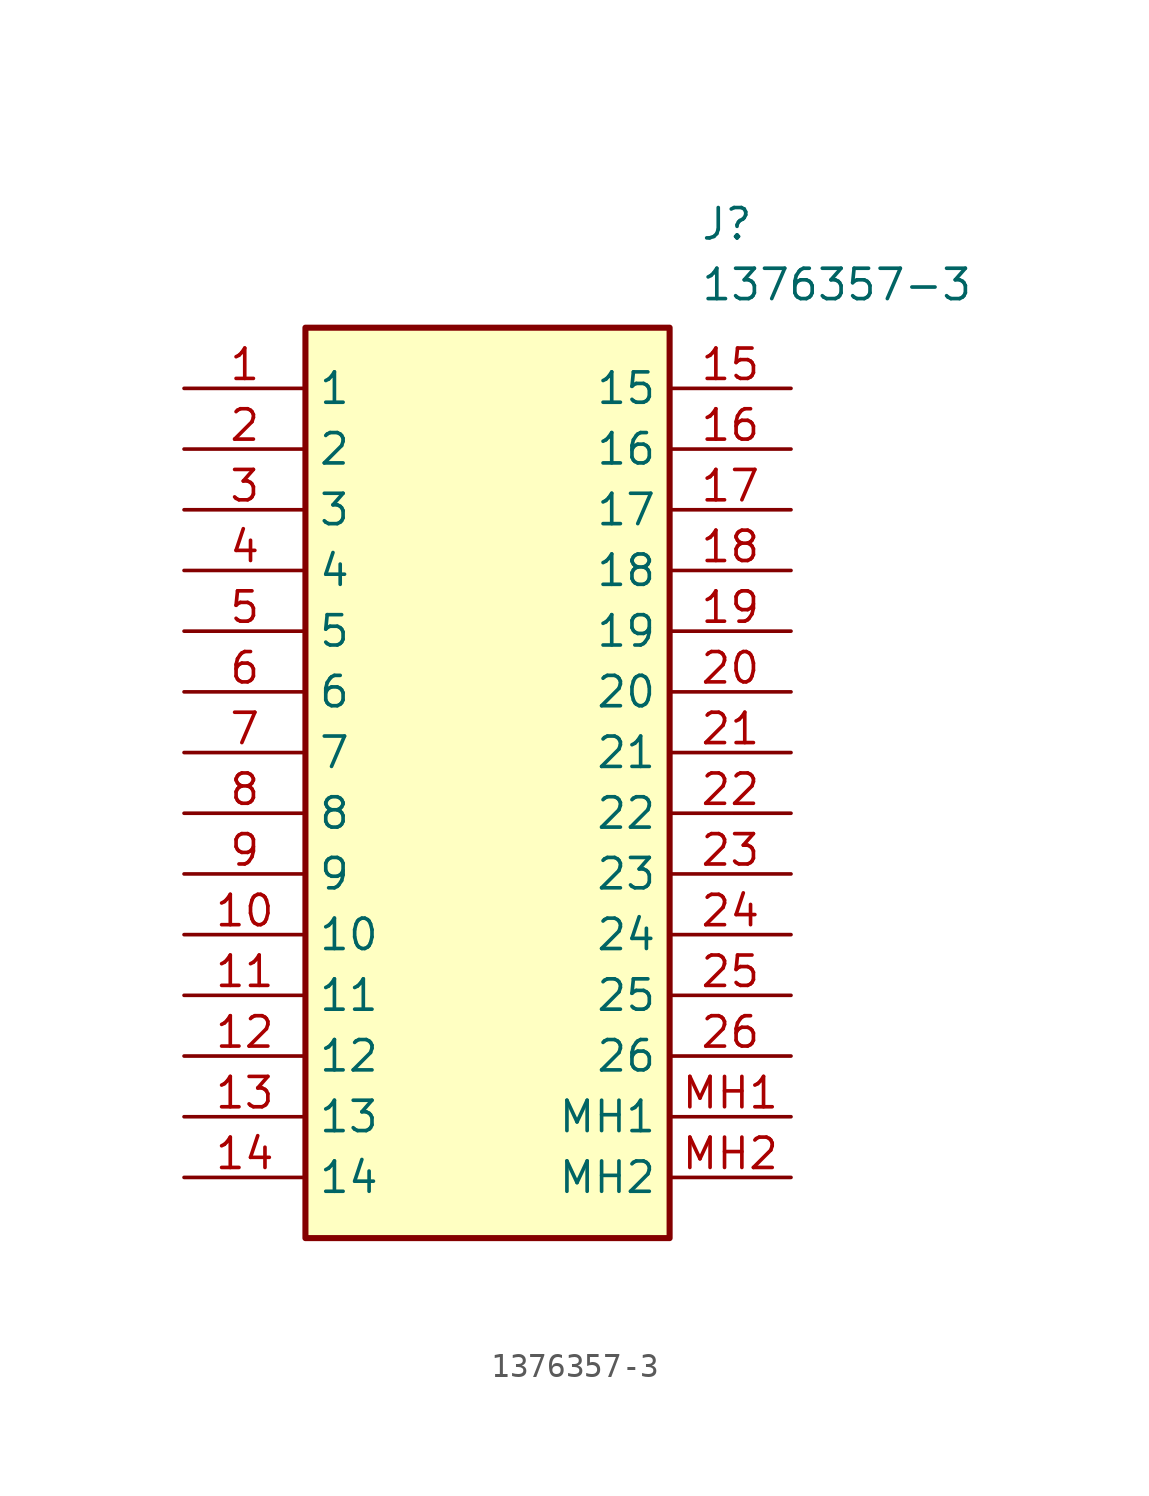
<source format=kicad_sym>
(kicad_symbol_lib
  (version 20211014)
  (generator SamacSys_ECAD_Model)
  (symbol "1376357-3"
    (property "Reference" "J"
      (at 21.59 7.62 0)
      (effects (font (size 1.27 1.27)) (justify left top)))
    (property "Value" "1376357-3"
      (at 21.59 5.08 0)
      (effects (font (size 1.27 1.27)) (justify left top)))
    (rectangle
      (start 5.08 2.54)
      (end 20.32 -35.56)
      (stroke (width 0.254) (type default))
      (fill (type background)))
    (pin passive line
      (at 0 0 0)
      (length 5.08)
      (name "1" (effects (font (size 1.27 1.27))))
      (number "1" (effects (font (size 1.27 1.27)))))
    (pin passive line
      (at 0 -2.54 0)
      (length 5.08)
      (name "2" (effects (font (size 1.27 1.27))))
      (number "2" (effects (font (size 1.27 1.27)))))
    (pin passive line
      (at 0 -5.08 0)
      (length 5.08)
      (name "3" (effects (font (size 1.27 1.27))))
      (number "3" (effects (font (size 1.27 1.27)))))
    (pin passive line
      (at 0 -7.62 0)
      (length 5.08)
      (name "4" (effects (font (size 1.27 1.27))))
      (number "4" (effects (font (size 1.27 1.27)))))
    (pin passive line
      (at 0 -10.16 0)
      (length 5.08)
      (name "5" (effects (font (size 1.27 1.27))))
      (number "5" (effects (font (size 1.27 1.27)))))
    (pin passive line
      (at 0 -12.7 0)
      (length 5.08)
      (name "6" (effects (font (size 1.27 1.27))))
      (number "6" (effects (font (size 1.27 1.27)))))
    (pin passive line
      (at 0 -15.24 0)
      (length 5.08)
      (name "7" (effects (font (size 1.27 1.27))))
      (number "7" (effects (font (size 1.27 1.27)))))
    (pin passive line
      (at 0 -17.78 0)
      (length 5.08)
      (name "8" (effects (font (size 1.27 1.27))))
      (number "8" (effects (font (size 1.27 1.27)))))
    (pin passive line
      (at 0 -20.32 0)
      (length 5.08)
      (name "9" (effects (font (size 1.27 1.27))))
      (number "9" (effects (font (size 1.27 1.27)))))
    (pin passive line
      (at 0 -22.86 0)
      (length 5.08)
      (name "10" (effects (font (size 1.27 1.27))))
      (number "10" (effects (font (size 1.27 1.27)))))
    (pin passive line
      (at 0 -25.4 0)
      (length 5.08)
      (name "11" (effects (font (size 1.27 1.27))))
      (number "11" (effects (font (size 1.27 1.27)))))
    (pin passive line
      (at 0 -27.94 0)
      (length 5.08)
      (name "12" (effects (font (size 1.27 1.27))))
      (number "12" (effects (font (size 1.27 1.27)))))
    (pin passive line
      (at 0 -30.48 0)
      (length 5.08)
      (name "13" (effects (font (size 1.27 1.27))))
      (number "13" (effects (font (size 1.27 1.27)))))
    (pin passive line
      (at 0 -33.02 0)
      (length 5.08)
      (name "14" (effects (font (size 1.27 1.27))))
      (number "14" (effects (font (size 1.27 1.27)))))
    (pin passive line
      (at 25.4 0 180)
      (length 5.08)
      (name "15" (effects (font (size 1.27 1.27))))
      (number "15" (effects (font (size 1.27 1.27)))))
    (pin passive line
      (at 25.4 -2.54 180)
      (length 5.08)
      (name "16" (effects (font (size 1.27 1.27))))
      (number "16" (effects (font (size 1.27 1.27)))))
    (pin passive line
      (at 25.4 -5.08 180)
      (length 5.08)
      (name "17" (effects (font (size 1.27 1.27))))
      (number "17" (effects (font (size 1.27 1.27)))))
    (pin passive line
      (at 25.4 -7.62 180)
      (length 5.08)
      (name "18" (effects (font (size 1.27 1.27))))
      (number "18" (effects (font (size 1.27 1.27)))))
    (pin passive line
      (at 25.4 -10.16 180)
      (length 5.08)
      (name "19" (effects (font (size 1.27 1.27))))
      (number "19" (effects (font (size 1.27 1.27)))))
    (pin passive line
      (at 25.4 -12.7 180)
      (length 5.08)
      (name "20" (effects (font (size 1.27 1.27))))
      (number "20" (effects (font (size 1.27 1.27)))))
    (pin passive line
      (at 25.4 -15.24 180)
      (length 5.08)
      (name "21" (effects (font (size 1.27 1.27))))
      (number "21" (effects (font (size 1.27 1.27)))))
    (pin passive line
      (at 25.4 -17.78 180)
      (length 5.08)
      (name "22" (effects (font (size 1.27 1.27))))
      (number "22" (effects (font (size 1.27 1.27)))))
    (pin passive line
      (at 25.4 -20.32 180)
      (length 5.08)
      (name "23" (effects (font (size 1.27 1.27))))
      (number "23" (effects (font (size 1.27 1.27)))))
    (pin passive line
      (at 25.4 -22.86 180)
      (length 5.08)
      (name "24" (effects (font (size 1.27 1.27))))
      (number "24" (effects (font (size 1.27 1.27)))))
    (pin passive line
      (at 25.4 -25.4 180)
      (length 5.08)
      (name "25" (effects (font (size 1.27 1.27))))
      (number "25" (effects (font (size 1.27 1.27)))))
    (pin passive line
      (at 25.4 -27.94 180)
      (length 5.08)
      (name "26" (effects (font (size 1.27 1.27))))
      (number "26" (effects (font (size 1.27 1.27)))))
    (pin passive line
      (at 25.4 -30.48 180)
      (length 5.08)
      (name "MH1" (effects (font (size 1.27 1.27))))
      (number "MH1" (effects (font (size 1.27 1.27)))))
    (pin passive line
      (at 25.4 -33.02 180)
      (length 5.08)
      (name "MH2" (effects (font (size 1.27 1.27))))
      (number "MH2" (effects (font (size 1.27 1.27)))))))
</source>
